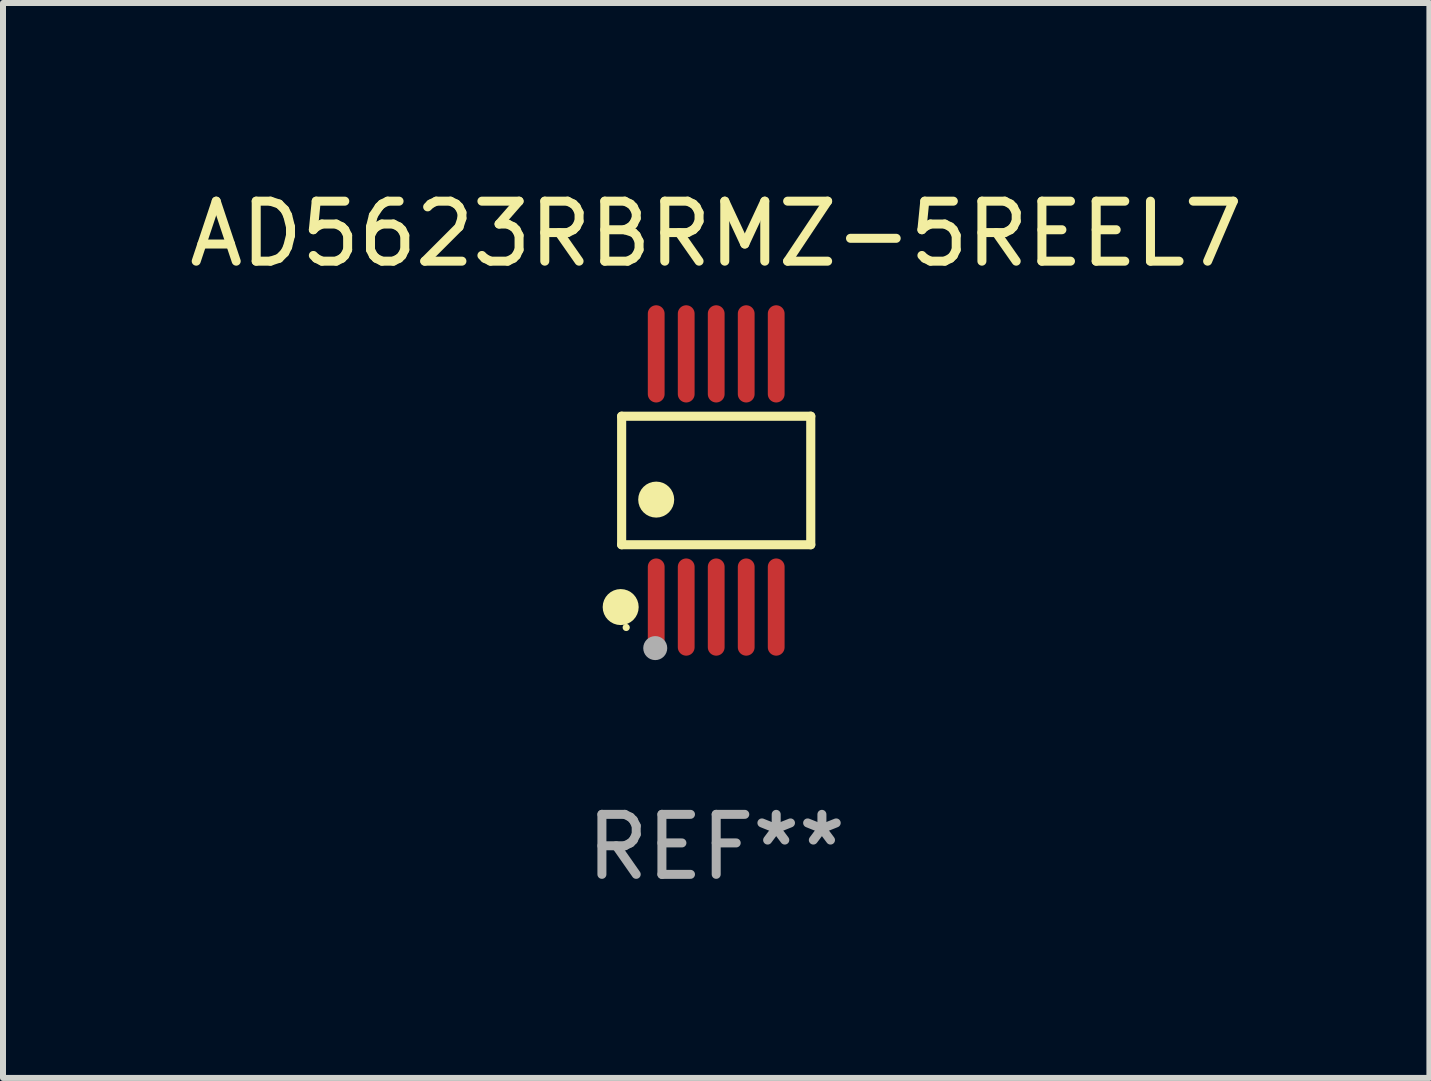
<source format=kicad_pcb>
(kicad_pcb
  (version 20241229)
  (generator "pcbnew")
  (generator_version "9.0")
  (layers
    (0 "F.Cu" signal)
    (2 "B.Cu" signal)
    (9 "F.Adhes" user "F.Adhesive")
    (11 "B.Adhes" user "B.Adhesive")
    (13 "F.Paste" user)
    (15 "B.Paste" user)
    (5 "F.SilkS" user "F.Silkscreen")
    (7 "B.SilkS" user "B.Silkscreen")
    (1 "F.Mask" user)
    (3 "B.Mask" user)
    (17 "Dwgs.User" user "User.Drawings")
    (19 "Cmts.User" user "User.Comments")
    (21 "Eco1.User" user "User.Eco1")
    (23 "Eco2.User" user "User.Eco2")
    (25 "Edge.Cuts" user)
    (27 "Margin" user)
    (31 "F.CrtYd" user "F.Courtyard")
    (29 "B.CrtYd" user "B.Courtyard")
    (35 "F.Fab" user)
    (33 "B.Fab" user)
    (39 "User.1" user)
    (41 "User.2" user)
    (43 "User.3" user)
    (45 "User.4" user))
  (footprint "AD5623RBRMZ-5REEL7"
    (layer "F.Cu")
    (at 8.887 4.958)
    (property "Reference" "AD5623RBRMZ-5REEL7" (at 0 -4.11 0) (layer "F.SilkS") (effects (font (size 1 1) (thickness 0.15))))
    (attr through_hole)
    (fp_line (start -1.576 -1.071) (end 1.576 -1.071) (stroke (width 0.152) (type solid)) (layer "F.SilkS"))
    (fp_line (start -1.576 1.071) (end -1.576 -1.071) (stroke (width 0.152) (type solid)) (layer "F.SilkS"))
    (fp_line (start 1.576 -1.071) (end 1.576 1.071) (stroke (width 0.152) (type solid)) (layer "F.SilkS"))
    (fp_line (start 1.576 1.071) (end -1.576 1.071) (stroke (width 0.152) (type solid)) (layer "F.SilkS"))
    (fp_circle (center -1.592 2.11) (end -1.442 2.11) (stroke (width 0.3) (type solid)) (fill no) (layer "F.SilkS"))
    (fp_circle (center -1.5 2.45) (end -1.47 2.45) (stroke (width 0.06) (type solid)) (fill no) (layer "F.SilkS"))
    (fp_circle (center -1 0.319) (end -0.85 0.319) (stroke (width 0.3) (type solid)) (fill no) (layer "F.SilkS"))
    (fp_circle (center -1.016 2.794) (end -0.916 2.794) (stroke (width 0.2) (type solid)) (fill no) (layer "F.Fab"))
    (fp_text user "REF**" (at 0 6.11 0) (layer "F.Fab") (effects (font (size 1 1) (thickness 0.15))))
    (pad "1" smd oval (at -1 2.11) (size 0.28 1.62) (layers "F.Cu" "F.Mask" "F.Paste"))
    (pad "2" smd oval (at -0.5 2.11) (size 0.28 1.62) (layers "F.Cu" "F.Mask" "F.Paste"))
    (pad "3" smd oval (at 0 2.11) (size 0.28 1.62) (layers "F.Cu" "F.Mask" "F.Paste"))
    (pad "4" smd oval (at 0.5 2.11) (size 0.28 1.62) (layers "F.Cu" "F.Mask" "F.Paste"))
    (pad "5" smd oval (at 1 2.11) (size 0.28 1.62) (layers "F.Cu" "F.Mask" "F.Paste"))
    (pad "6" smd oval (at 1 -2.11) (size 0.28 1.62) (layers "F.Cu" "F.Mask" "F.Paste"))
    (pad "7" smd oval (at 0.5 -2.11) (size 0.28 1.62) (layers "F.Cu" "F.Mask" "F.Paste"))
    (pad "8" smd oval (at 0 -2.11) (size 0.28 1.62) (layers "F.Cu" "F.Mask" "F.Paste"))
    (pad "9" smd oval (at -0.5 -2.11) (size 0.28 1.62) (layers "F.Cu" "F.Mask" "F.Paste"))
    (pad "10" smd oval (at -1 -2.11) (size 0.28 1.62) (layers "F.Cu" "F.Mask" "F.Paste")))
  (gr_rect
    (start -3 -3)
    (end 20.774 14.916)
    (stroke (width 0.1) (type default))
    (fill no)
    (layer "Edge.Cuts")))
</source>
